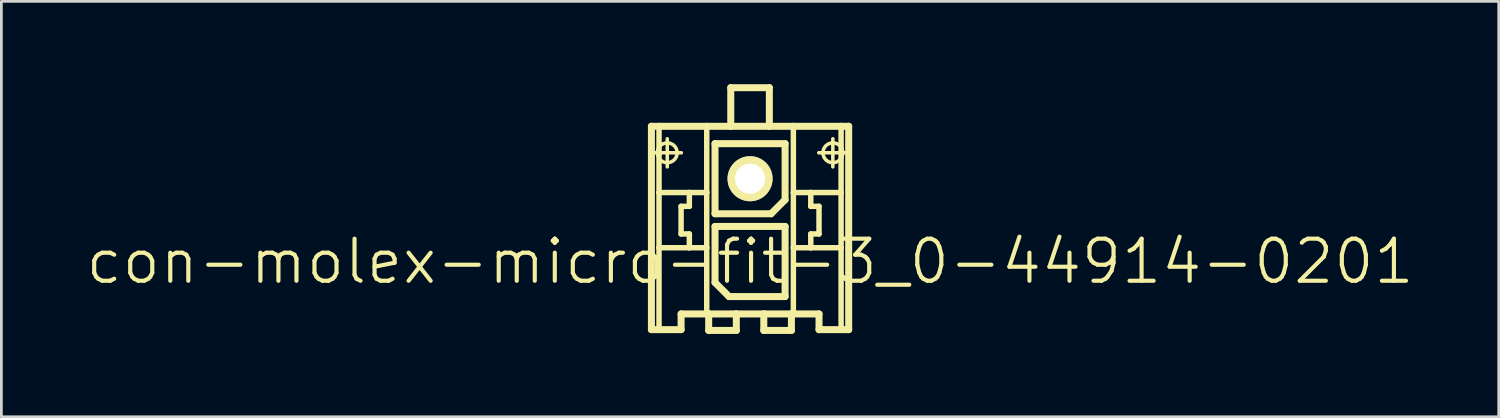
<source format=kicad_pcb>
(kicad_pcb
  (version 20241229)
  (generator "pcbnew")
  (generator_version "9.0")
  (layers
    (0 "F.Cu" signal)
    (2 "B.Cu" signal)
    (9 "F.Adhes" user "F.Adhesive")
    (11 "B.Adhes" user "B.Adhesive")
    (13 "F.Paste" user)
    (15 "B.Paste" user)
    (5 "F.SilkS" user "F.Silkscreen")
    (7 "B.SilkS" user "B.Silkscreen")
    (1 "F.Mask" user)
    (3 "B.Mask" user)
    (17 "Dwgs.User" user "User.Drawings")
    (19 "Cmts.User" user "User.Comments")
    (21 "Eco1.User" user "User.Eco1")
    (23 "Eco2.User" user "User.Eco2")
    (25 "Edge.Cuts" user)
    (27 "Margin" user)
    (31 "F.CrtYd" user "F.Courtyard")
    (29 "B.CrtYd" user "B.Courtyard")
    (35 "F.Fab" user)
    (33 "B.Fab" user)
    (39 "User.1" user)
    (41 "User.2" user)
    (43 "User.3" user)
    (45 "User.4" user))
  (footprint "con-molex-micro-fit-3_0-44914-0201"
    (layer "F.Cu")
    (at 24.13 6.426)
    (property "Reference" "con-molex-micro-fit-3_0-44914-0201" (at 0 0 0) (layer "F.SilkS") (effects (font (size 1.524 1.524) (thickness 0.15))))
    (attr exclude_from_pos_files exclude_from_bom)
    (fp_line (start -3.574 -4.9) (end -3.299 -4.9) (stroke (width 0.254) (type solid)) (layer "F.SilkS"))
    (fp_line (start -3.574 2.469) (end -3.574 -4.9) (stroke (width 0.254) (type solid)) (layer "F.SilkS"))
    (fp_line (start -3.508 -3.94) (end -2.489 -3.94) (stroke (width 0.127) (type solid)) (layer "F.SilkS"))
    (fp_line (start -3.299 -4.9) (end -1.57 -4.9) (stroke (width 0.254) (type solid)) (layer "F.SilkS"))
    (fp_line (start -3.299 -2.499) (end -3.299 -4.9) (stroke (width 0.198) (type solid)) (layer "F.SilkS"))
    (fp_line (start -3.299 -0.498) (end -3.299 -2.499) (stroke (width 0.198) (type solid)) (layer "F.SilkS"))
    (fp_line (start -3.299 2.469) (end -3.574 2.469) (stroke (width 0.254) (type solid)) (layer "F.SilkS"))
    (fp_line (start -3.299 2.469) (end -3.299 -0.498) (stroke (width 0.198) (type solid)) (layer "F.SilkS"))
    (fp_line (start -3 -3.429) (end -3 -4.448) (stroke (width 0.127) (type solid)) (layer "F.SilkS"))
    (fp_line (start -2.499 -1.999) (end -2.499 -0.998) (stroke (width 0.198) (type solid)) (layer "F.SilkS"))
    (fp_line (start -2.499 -0.998) (end -2.2 -0.998) (stroke (width 0.198) (type solid)) (layer "F.SilkS"))
    (fp_line (start -2.499 1.9) (end -2.499 2.469) (stroke (width 0.254) (type solid)) (layer "F.SilkS"))
    (fp_line (start -2.499 2.469) (end -3.299 2.469) (stroke (width 0.254) (type solid)) (layer "F.SilkS"))
    (fp_line (start -2.2 -2.499) (end -3.299 -2.499) (stroke (width 0.198) (type solid)) (layer "F.SilkS"))
    (fp_line (start -2.2 -2.499) (end -2.2 -1.999) (stroke (width 0.198) (type solid)) (layer "F.SilkS"))
    (fp_line (start -2.2 -1.999) (end -2.499 -1.999) (stroke (width 0.198) (type solid)) (layer "F.SilkS"))
    (fp_line (start -2.2 -0.998) (end -2.2 -0.498) (stroke (width 0.198) (type solid)) (layer "F.SilkS"))
    (fp_line (start -2.2 -0.498) (end -3.299 -0.498) (stroke (width 0.198) (type solid)) (layer "F.SilkS"))
    (fp_line (start -1.57 -4.9) (end -0.699 -4.9) (stroke (width 0.254) (type solid)) (layer "F.SilkS"))
    (fp_line (start -1.57 -2.499) (end -2.2 -2.499) (stroke (width 0.198) (type solid)) (layer "F.SilkS"))
    (fp_line (start -1.57 -2.499) (end -1.57 -4.9) (stroke (width 0.198) (type solid)) (layer "F.SilkS"))
    (fp_line (start -1.57 -0.498) (end -2.2 -0.498) (stroke (width 0.198) (type solid)) (layer "F.SilkS"))
    (fp_line (start -1.57 -0.498) (end -1.57 -2.499) (stroke (width 0.198) (type solid)) (layer "F.SilkS"))
    (fp_line (start -1.57 1.9) (end -2.499 1.9) (stroke (width 0.254) (type solid)) (layer "F.SilkS"))
    (fp_line (start -1.57 1.9) (end -1.57 -0.498) (stroke (width 0.198) (type solid)) (layer "F.SilkS"))
    (fp_line (start -1.499 1.9) (end -1.57 1.9) (stroke (width 0.254) (type solid)) (layer "F.SilkS"))
    (fp_line (start -1.499 1.9) (end -1.499 2.499) (stroke (width 0.254) (type solid)) (layer "F.SilkS"))
    (fp_line (start -1.499 2.499) (end -0.498 2.499) (stroke (width 0.254) (type solid)) (layer "F.SilkS"))
    (fp_line (start -1.27 -4.27) (end -1.27 -1.73) (stroke (width 0.254) (type solid)) (layer "F.SilkS"))
    (fp_line (start -1.27 -1.73) (end 0.762 -1.73) (stroke (width 0.254) (type solid)) (layer "F.SilkS"))
    (fp_line (start -1.27 -1.27) (end 1.27 -1.27) (stroke (width 0.254) (type solid)) (layer "F.SilkS"))
    (fp_line (start -1.27 0.762) (end -1.27 -1.27) (stroke (width 0.254) (type solid)) (layer "F.SilkS"))
    (fp_line (start -0.762 1.27) (end -1.27 0.762) (stroke (width 0.254) (type solid)) (layer "F.SilkS"))
    (fp_line (start -0.699 -6.299) (end -0.699 -4.9) (stroke (width 0.254) (type solid)) (layer "F.SilkS"))
    (fp_line (start -0.699 -6.299) (end 0.699 -6.299) (stroke (width 0.254) (type solid)) (layer "F.SilkS"))
    (fp_line (start -0.699 -4.9) (end 0.699 -4.9) (stroke (width 0.254) (type solid)) (layer "F.SilkS"))
    (fp_line (start -0.498 1.9) (end -1.499 1.9) (stroke (width 0.254) (type solid)) (layer "F.SilkS"))
    (fp_line (start -0.498 2.499) (end -0.498 1.9) (stroke (width 0.254) (type solid)) (layer "F.SilkS"))
    (fp_line (start 0.498 1.9) (end -0.498 1.9) (stroke (width 0.254) (type solid)) (layer "F.SilkS"))
    (fp_line (start 0.498 1.9) (end 0.498 2.499) (stroke (width 0.254) (type solid)) (layer "F.SilkS"))
    (fp_line (start 0.498 2.499) (end 1.499 2.499) (stroke (width 0.254) (type solid)) (layer "F.SilkS"))
    (fp_line (start 0.699 -6.299) (end 0.699 -4.9) (stroke (width 0.254) (type solid)) (layer "F.SilkS"))
    (fp_line (start 0.699 -4.9) (end 1.57 -4.9) (stroke (width 0.254) (type solid)) (layer "F.SilkS"))
    (fp_line (start 0.762 -1.73) (end 1.27 -2.238) (stroke (width 0.254) (type solid)) (layer "F.SilkS"))
    (fp_line (start 1.27 -4.27) (end -1.27 -4.27) (stroke (width 0.254) (type solid)) (layer "F.SilkS"))
    (fp_line (start 1.27 -2.238) (end 1.27 -4.27) (stroke (width 0.254) (type solid)) (layer "F.SilkS"))
    (fp_line (start 1.27 -1.27) (end 1.27 1.27) (stroke (width 0.254) (type solid)) (layer "F.SilkS"))
    (fp_line (start 1.27 1.27) (end -0.762 1.27) (stroke (width 0.254) (type solid)) (layer "F.SilkS"))
    (fp_line (start 1.499 1.9) (end 0.498 1.9) (stroke (width 0.254) (type solid)) (layer "F.SilkS"))
    (fp_line (start 1.499 2.499) (end 1.499 1.9) (stroke (width 0.254) (type solid)) (layer "F.SilkS"))
    (fp_line (start 1.57 -4.9) (end 1.57 -2.499) (stroke (width 0.198) (type solid)) (layer "F.SilkS"))
    (fp_line (start 1.57 -4.9) (end 3.299 -4.9) (stroke (width 0.254) (type solid)) (layer "F.SilkS"))
    (fp_line (start 1.57 -2.499) (end 1.57 -0.498) (stroke (width 0.198) (type solid)) (layer "F.SilkS"))
    (fp_line (start 1.57 -2.499) (end 2.2 -2.499) (stroke (width 0.198) (type solid)) (layer "F.SilkS"))
    (fp_line (start 1.57 -0.498) (end 1.57 1.9) (stroke (width 0.198) (type solid)) (layer "F.SilkS"))
    (fp_line (start 1.57 -0.498) (end 2.2 -0.498) (stroke (width 0.198) (type solid)) (layer "F.SilkS"))
    (fp_line (start 1.57 1.9) (end 1.499 1.9) (stroke (width 0.254) (type solid)) (layer "F.SilkS"))
    (fp_line (start 2.2 -2.499) (end 2.2 -1.999) (stroke (width 0.198) (type solid)) (layer "F.SilkS"))
    (fp_line (start 2.2 -2.499) (end 3.299 -2.499) (stroke (width 0.198) (type solid)) (layer "F.SilkS"))
    (fp_line (start 2.2 -1.999) (end 2.499 -1.999) (stroke (width 0.198) (type solid)) (layer "F.SilkS"))
    (fp_line (start 2.2 -0.998) (end 2.2 -0.498) (stroke (width 0.198) (type solid)) (layer "F.SilkS"))
    (fp_line (start 2.2 -0.498) (end 3.299 -0.498) (stroke (width 0.198) (type solid)) (layer "F.SilkS"))
    (fp_line (start 2.489 -3.94) (end 3.508 -3.94) (stroke (width 0.127) (type solid)) (layer "F.SilkS"))
    (fp_line (start 2.499 -1.999) (end 2.499 -0.998) (stroke (width 0.198) (type solid)) (layer "F.SilkS"))
    (fp_line (start 2.499 -0.998) (end 2.2 -0.998) (stroke (width 0.198) (type solid)) (layer "F.SilkS"))
    (fp_line (start 2.499 1.9) (end 1.57 1.9) (stroke (width 0.254) (type solid)) (layer "F.SilkS"))
    (fp_line (start 2.499 2.469) (end 2.499 1.9) (stroke (width 0.254) (type solid)) (layer "F.SilkS"))
    (fp_line (start 2.499 2.469) (end 3.299 2.469) (stroke (width 0.254) (type solid)) (layer "F.SilkS"))
    (fp_line (start 3 -3.429) (end 3 -4.448) (stroke (width 0.127) (type solid)) (layer "F.SilkS"))
    (fp_line (start 3.299 -4.9) (end 3.574 -4.9) (stroke (width 0.254) (type solid)) (layer "F.SilkS"))
    (fp_line (start 3.299 -2.499) (end 3.299 -4.9) (stroke (width 0.198) (type solid)) (layer "F.SilkS"))
    (fp_line (start 3.299 -0.498) (end 3.299 -2.499) (stroke (width 0.198) (type solid)) (layer "F.SilkS"))
    (fp_line (start 3.299 2.469) (end 3.299 -0.498) (stroke (width 0.198) (type solid)) (layer "F.SilkS"))
    (fp_line (start 3.299 2.469) (end 3.574 2.469) (stroke (width 0.254) (type solid)) (layer "F.SilkS"))
    (fp_line (start 3.574 -4.9) (end 3.574 2.469) (stroke (width 0.254) (type solid)) (layer "F.SilkS"))
    (fp_circle (center -3 -3.94) (end -3.254 -4.194) (stroke (width 0.127) (type solid)) (fill no) (layer "F.SilkS"))
    (fp_circle (center 3 -3.94) (end 3.254 -4.194) (stroke (width 0.127) (type solid)) (fill no) (layer "F.SilkS"))
    (pad "P$1" thru_hole rect (at 0 0) (size 0.001 0.001) (drill 1.09) (layers "*.Cu" "F.Mask" "F.SilkS" "F.Paste"))
    (pad "P$2" thru_hole circle (at 0 -3) (size 1.633 1.633) (drill 1.09) (layers "*.Cu" "F.Mask" "F.SilkS" "F.Paste")))
  (gr_rect
    (start -3 -3)
    (end 51.26 12.053)
    (stroke (width 0.1) (type default))
    (fill no)
    (layer "Edge.Cuts")))
</source>
